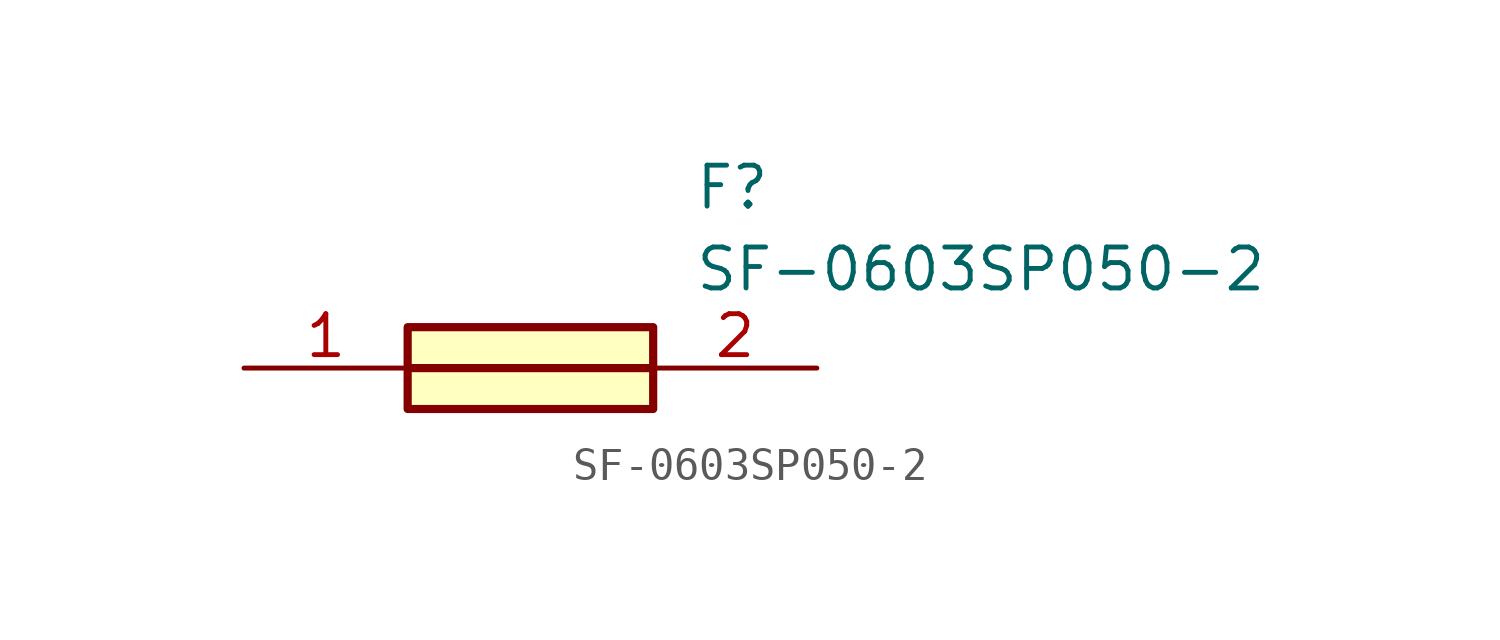
<source format=kicad_sym>
(kicad_symbol_lib
  (version 20211014)
  (generator SamacSys_ECAD_Model)
  (symbol "SF-0603SP050-2"
    (pin_names hide)
    (property "Reference" "F"
      (at 13.97 6.35 0)
      (effects (font (size 1.27 1.27)) (justify left top)))
    (property "Value" "SF-0603SP050-2"
      (at 13.97 3.81 0)
      (effects (font (size 1.27 1.27)) (justify left top)))
    (rectangle
      (start 5.08 1.27)
      (end 12.7 -1.27)
      (stroke (width 0.254) (type default))
      (fill (type background)))
    (polyline
      (pts (xy 5.08 0) (xy 12.7 0))
      (stroke (width 0.254) (type default))
      (fill (type none)))
    (pin passive line
      (at 0 0 0)
      (length 5.08)
      (name "1" (effects (font (size 1.27 1.27))))
      (number "1" (effects (font (size 1.27 1.27)))))
    (pin passive line
      (at 17.78 0 180)
      (length 5.08)
      (name "2" (effects (font (size 1.27 1.27))))
      (number "2" (effects (font (size 1.27 1.27)))))))
</source>
